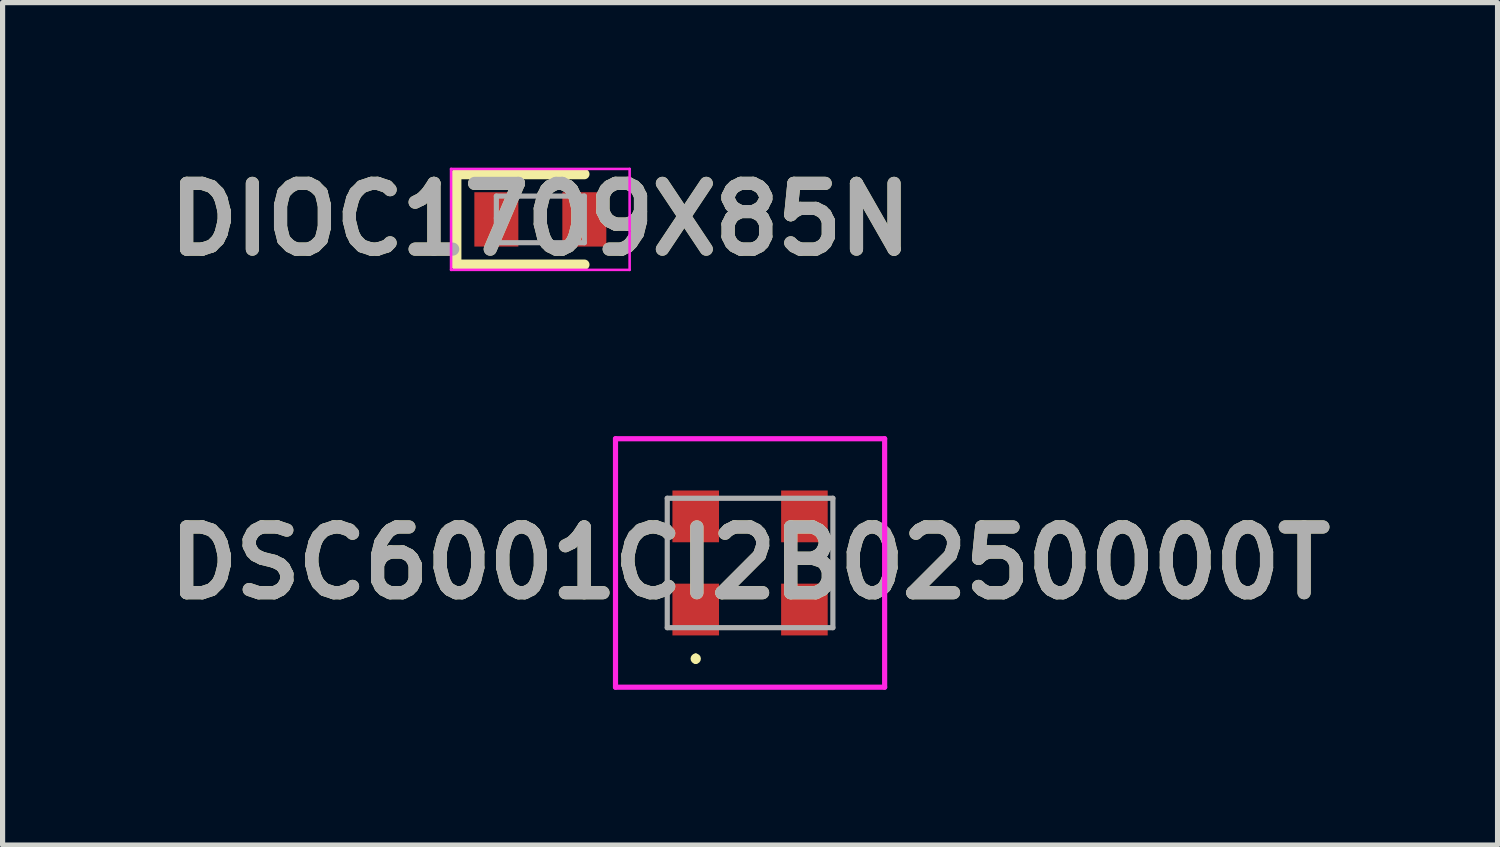
<source format=kicad_pcb>
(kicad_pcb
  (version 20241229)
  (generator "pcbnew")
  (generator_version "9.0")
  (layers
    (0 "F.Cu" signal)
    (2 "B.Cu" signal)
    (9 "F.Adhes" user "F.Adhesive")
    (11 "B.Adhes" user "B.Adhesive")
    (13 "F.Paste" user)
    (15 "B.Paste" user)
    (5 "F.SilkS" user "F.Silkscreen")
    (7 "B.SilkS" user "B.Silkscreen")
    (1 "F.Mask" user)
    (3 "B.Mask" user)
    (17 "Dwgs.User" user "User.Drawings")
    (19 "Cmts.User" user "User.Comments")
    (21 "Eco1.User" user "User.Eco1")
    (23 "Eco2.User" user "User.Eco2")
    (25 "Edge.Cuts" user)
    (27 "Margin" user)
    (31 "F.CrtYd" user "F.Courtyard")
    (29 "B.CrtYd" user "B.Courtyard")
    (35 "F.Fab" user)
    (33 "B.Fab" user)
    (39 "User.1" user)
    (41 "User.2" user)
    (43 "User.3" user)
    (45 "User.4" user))
  (footprint "DIOC1709X85N"
    (layer "F.Cu")
    (at 7.39 1.189)
    (property "Reference" "DIOC1709X85N" (at 0 0 0) (layer "F.SilkS") (effects (font (size 1.27 1.27) (thickness 0.254))))
    (attr smd)
    (fp_line (start -1.625 -0.875) (end -1.625 0.875) (stroke (width 0.2) (type solid)) (layer "F.SilkS"))
    (fp_line (start -1.625 0.875) (end 0.85 0.875) (stroke (width 0.2) (type solid)) (layer "F.SilkS"))
    (fp_line (start 0.85 -0.875) (end -1.625 -0.875) (stroke (width 0.2) (type solid)) (layer "F.SilkS"))
    (fp_line (start -1.725 -0.975) (end 1.725 -0.975) (stroke (width 0.05) (type solid)) (layer "F.CrtYd"))
    (fp_line (start -1.725 0.975) (end -1.725 -0.975) (stroke (width 0.05) (type solid)) (layer "F.CrtYd"))
    (fp_line (start 1.725 -0.975) (end 1.725 0.975) (stroke (width 0.05) (type solid)) (layer "F.CrtYd"))
    (fp_line (start 1.725 0.975) (end -1.725 0.975) (stroke (width 0.05) (type solid)) (layer "F.CrtYd"))
    (fp_line (start -0.85 -0.45) (end 0.85 -0.45) (stroke (width 0.1) (type solid)) (layer "F.Fab"))
    (fp_line (start -0.85 -0.025) (end -0.425 -0.45) (stroke (width 0.1) (type solid)) (layer "F.Fab"))
    (fp_line (start -0.85 0.45) (end -0.85 -0.45) (stroke (width 0.1) (type solid)) (layer "F.Fab"))
    (fp_line (start 0.85 -0.45) (end 0.85 0.45) (stroke (width 0.1) (type solid)) (layer "F.Fab"))
    (fp_line (start 0.85 0.45) (end -0.85 0.45) (stroke (width 0.1) (type solid)) (layer "F.Fab"))
    (fp_text user "${REFERENCE}" (at 0 0 0) (layer "F.Fab") (effects (font (size 1.27 1.27) (thickness 0.254))))
    (pad "1" smd rect (at -0.85 0) (size 0.85 1.05) (layers "F.Cu" "F.Mask" "F.Paste"))
    (pad "2" smd rect (at 0.85 0) (size 0.85 1.05) (layers "F.Cu" "F.Mask" "F.Paste")))
  (footprint "DSC6001CI2B0250000T"
    (layer "F.Cu")
    (at 11.442 7.827)
    (property "Reference" "DSC6001CI2B0250000T" (at 0 0 0) (layer "F.SilkS") (effects (font (size 1.27 1.27) (thickness 0.254))))
    (attr smd)
    (fp_line (start -1.05 1.8) (end -1.05 1.8) (stroke (width 0.1) (type solid)) (layer "F.SilkS"))
    (fp_line (start -1.05 1.9) (end -1.05 1.9) (stroke (width 0.1) (type solid)) (layer "F.SilkS"))
    (fp_arc (start -1.05 1.8) (mid -1 1.85) (end -1.05 1.9) (stroke (width 0.1) (type solid)) (layer "F.SilkS"))
    (fp_arc (start -1.05 1.9) (mid -1.1 1.85) (end -1.05 1.8) (stroke (width 0.1) (type solid)) (layer "F.SilkS"))
    (fp_line (start -2.6 -2.4) (end 2.6 -2.4) (stroke (width 0.1) (type solid)) (layer "F.CrtYd"))
    (fp_line (start -2.6 2.4) (end -2.6 -2.4) (stroke (width 0.1) (type solid)) (layer "F.CrtYd"))
    (fp_line (start 2.6 -2.4) (end 2.6 2.4) (stroke (width 0.1) (type solid)) (layer "F.CrtYd"))
    (fp_line (start 2.6 2.4) (end -2.6 2.4) (stroke (width 0.1) (type solid)) (layer "F.CrtYd"))
    (fp_line (start -1.6 -1.25) (end 1.6 -1.25) (stroke (width 0.1) (type solid)) (layer "F.Fab"))
    (fp_line (start -1.6 1.25) (end -1.6 -1.25) (stroke (width 0.1) (type solid)) (layer "F.Fab"))
    (fp_line (start 1.6 -1.25) (end 1.6 1.25) (stroke (width 0.1) (type solid)) (layer "F.Fab"))
    (fp_line (start 1.6 1.25) (end -1.6 1.25) (stroke (width 0.1) (type solid)) (layer "F.Fab"))
    (fp_text user "${REFERENCE}" (at 0 0 0) (layer "F.Fab") (effects (font (size 1.27 1.27) (thickness 0.254))))
    (pad "1" smd rect (at -1.05 0.9) (size 0.9 1) (layers "F.Cu" "F.Mask" "F.Paste"))
    (pad "2" smd rect (at 1.05 0.9) (size 0.9 1) (layers "F.Cu" "F.Mask" "F.Paste"))
    (pad "3" smd rect (at 1.05 -0.9) (size 0.9 1) (layers "F.Cu" "F.Mask" "F.Paste"))
    (pad "4" smd rect (at -1.05 -0.9) (size 0.9 1) (layers "F.Cu" "F.Mask" "F.Paste")))
  (gr_rect
    (start -3 -3)
    (end 25.884 13.277)
    (stroke (width 0.1) (type default))
    (fill no)
    (layer "Edge.Cuts")))
</source>
